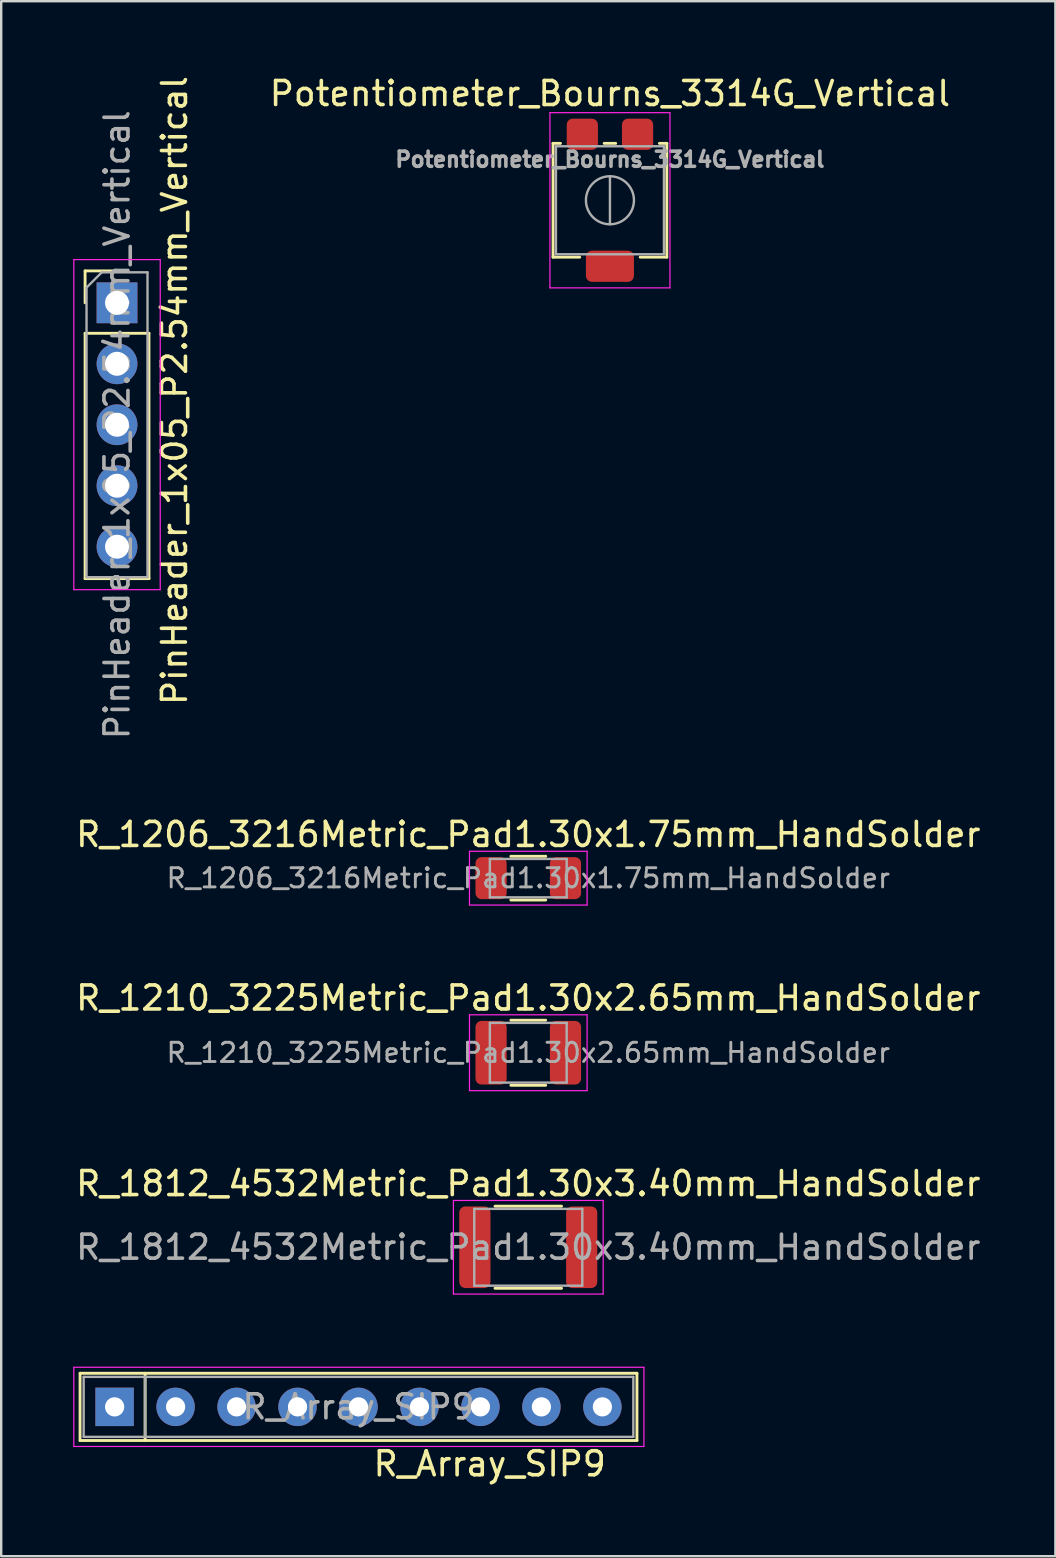
<source format=kicad_pcb>
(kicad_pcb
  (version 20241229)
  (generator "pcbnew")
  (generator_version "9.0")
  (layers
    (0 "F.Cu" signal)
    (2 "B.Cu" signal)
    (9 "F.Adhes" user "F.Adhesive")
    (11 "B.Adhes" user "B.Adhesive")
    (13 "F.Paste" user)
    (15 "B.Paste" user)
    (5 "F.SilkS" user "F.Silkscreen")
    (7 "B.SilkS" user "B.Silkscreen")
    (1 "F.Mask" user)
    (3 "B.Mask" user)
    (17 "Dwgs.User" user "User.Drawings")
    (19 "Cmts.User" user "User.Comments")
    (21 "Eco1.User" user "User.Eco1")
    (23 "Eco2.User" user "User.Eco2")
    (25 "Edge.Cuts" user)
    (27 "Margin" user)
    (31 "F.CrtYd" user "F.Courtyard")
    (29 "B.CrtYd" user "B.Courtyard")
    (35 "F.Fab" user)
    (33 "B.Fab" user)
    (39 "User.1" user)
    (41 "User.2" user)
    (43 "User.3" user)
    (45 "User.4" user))
  (footprint "R_Array_SIP9"
    (layer "F.Cu")
    (at 1.725 55.56)
    (property "Reference" "R_Array_SIP9" (at 15.625 2.373 0) (layer "F.SilkS") (effects (font (size 1 1) (thickness 0.15))))
    (attr through_hole)
    (fp_line (start -1.44 -1.4) (end -1.44 1.4) (stroke (width 0.12) (type solid)) (layer "F.SilkS"))
    (fp_line (start -1.44 1.4) (end 21.76 1.4) (stroke (width 0.12) (type solid)) (layer "F.SilkS"))
    (fp_line (start 1.27 -1.4) (end 1.27 1.4) (stroke (width 0.12) (type solid)) (layer "F.SilkS"))
    (fp_line (start 21.76 -1.4) (end -1.44 -1.4) (stroke (width 0.12) (type solid)) (layer "F.SilkS"))
    (fp_line (start 21.76 1.4) (end 21.76 -1.4) (stroke (width 0.12) (type solid)) (layer "F.SilkS"))
    (fp_line (start -1.7 -1.65) (end -1.7 1.65) (stroke (width 0.05) (type solid)) (layer "F.CrtYd"))
    (fp_line (start -1.7 1.65) (end 22.05 1.65) (stroke (width 0.05) (type solid)) (layer "F.CrtYd"))
    (fp_line (start 22.05 -1.65) (end -1.7 -1.65) (stroke (width 0.05) (type solid)) (layer "F.CrtYd"))
    (fp_line (start 22.05 1.65) (end 22.05 -1.65) (stroke (width 0.05) (type solid)) (layer "F.CrtYd"))
    (fp_line (start -1.29 -1.25) (end -1.29 1.25) (stroke (width 0.1) (type solid)) (layer "F.Fab"))
    (fp_line (start -1.29 1.25) (end 21.61 1.25) (stroke (width 0.1) (type solid)) (layer "F.Fab"))
    (fp_line (start 1.27 -1.25) (end 1.27 1.25) (stroke (width 0.1) (type solid)) (layer "F.Fab"))
    (fp_line (start 21.61 -1.25) (end -1.29 -1.25) (stroke (width 0.1) (type solid)) (layer "F.Fab"))
    (fp_line (start 21.61 1.25) (end 21.61 -1.25) (stroke (width 0.1) (type solid)) (layer "F.Fab"))
    (fp_text user "${REFERENCE}" (at 10.16 0 0) (layer "F.Fab") (effects (font (size 1 1) (thickness 0.15))))
    (pad "1" thru_hole rect (at 0 0) (size 1.6 1.6) (drill 0.8) (layers "*.Cu" "*.Mask"))
    (pad "2" thru_hole oval (at 2.54 0) (size 1.6 1.6) (drill 0.8) (layers "*.Cu" "*.Mask"))
    (pad "3" thru_hole oval (at 5.08 0) (size 1.6 1.6) (drill 0.8) (layers "*.Cu" "*.Mask"))
    (pad "4" thru_hole oval (at 7.62 0) (size 1.6 1.6) (drill 0.8) (layers "*.Cu" "*.Mask"))
    (pad "5" thru_hole oval (at 10.16 0) (size 1.6 1.6) (drill 0.8) (layers "*.Cu" "*.Mask"))
    (pad "6" thru_hole oval (at 12.7 0) (size 1.6 1.6) (drill 0.8) (layers "*.Cu" "*.Mask"))
    (pad "7" thru_hole oval (at 15.24 0) (size 1.6 1.6) (drill 0.8) (layers "*.Cu" "*.Mask"))
    (pad "8" thru_hole oval (at 17.78 0) (size 1.6 1.6) (drill 0.8) (layers "*.Cu" "*.Mask"))
    (pad "9" thru_hole oval (at 20.32 0) (size 1.6 1.6) (drill 0.8) (layers "*.Cu" "*.Mask")))
  (footprint "R_1210_3225Metric_Pad1.30x2.65mm_HandSolder"
    (layer "F.Cu")
    (at 18.958 40.807)
    (property "Reference" "R_1210_3225Metric_Pad1.30x2.65mm_HandSolder" (at 0 -2.28 0) (layer "F.SilkS") (effects (font (size 1 1) (thickness 0.15))))
    (attr smd)
    (fp_line (start 0.724 -1.355) (end -0.724 -1.355) (stroke (width 0.12) (type solid)) (layer "F.SilkS"))
    (fp_line (start 0.724 1.355) (end -0.724 1.355) (stroke (width 0.12) (type solid)) (layer "F.SilkS"))
    (fp_line (start -2.45 -1.58) (end -2.45 1.58) (stroke (width 0.05) (type solid)) (layer "F.CrtYd"))
    (fp_line (start -2.45 1.58) (end 2.45 1.58) (stroke (width 0.05) (type solid)) (layer "F.CrtYd"))
    (fp_line (start 2.45 -1.58) (end -2.45 -1.58) (stroke (width 0.05) (type solid)) (layer "F.CrtYd"))
    (fp_line (start 2.45 1.58) (end 2.45 -1.58) (stroke (width 0.05) (type solid)) (layer "F.CrtYd"))
    (fp_line (start -1.6 -1.245) (end -1.6 1.245) (stroke (width 0.1) (type solid)) (layer "F.Fab"))
    (fp_line (start -1.6 1.245) (end 1.6 1.245) (stroke (width 0.1) (type solid)) (layer "F.Fab"))
    (fp_line (start 1.6 -1.245) (end -1.6 -1.245) (stroke (width 0.1) (type solid)) (layer "F.Fab"))
    (fp_line (start 1.6 1.245) (end 1.6 -1.245) (stroke (width 0.1) (type solid)) (layer "F.Fab"))
    (fp_text user "${REFERENCE}" (at 0 0 0) (layer "F.Fab") (effects (font (size 0.8 0.8) (thickness 0.12))))
    (pad "1" smd roundrect (at -1.55 0 180) (size 1.3 2.65) (layers "F.Cu" "F.Mask" "F.Paste") (roundrect_rratio 0.192))
    (pad "2" smd roundrect (at 1.55 0 180) (size 1.3 2.65) (layers "F.Cu" "F.Mask" "F.Paste") (roundrect_rratio 0.192)))
  (footprint "R_1206_3216Metric_Pad1.30x1.75mm_HandSolder"
    (layer "F.Cu")
    (at 18.958 33.534)
    (property "Reference" "R_1206_3216Metric_Pad1.30x1.75mm_HandSolder" (at 0 -1.82 0) (layer "F.SilkS") (effects (font (size 1 1) (thickness 0.15))))
    (attr smd)
    (fp_line (start 0.727 -0.91) (end -0.727 -0.91) (stroke (width 0.12) (type solid)) (layer "F.SilkS"))
    (fp_line (start 0.727 0.91) (end -0.727 0.91) (stroke (width 0.12) (type solid)) (layer "F.SilkS"))
    (fp_line (start -2.45 -1.12) (end -2.45 1.12) (stroke (width 0.05) (type solid)) (layer "F.CrtYd"))
    (fp_line (start -2.45 1.12) (end 2.45 1.12) (stroke (width 0.05) (type solid)) (layer "F.CrtYd"))
    (fp_line (start 2.45 -1.12) (end -2.45 -1.12) (stroke (width 0.05) (type solid)) (layer "F.CrtYd"))
    (fp_line (start 2.45 1.12) (end 2.45 -1.12) (stroke (width 0.05) (type solid)) (layer "F.CrtYd"))
    (fp_line (start -1.6 -0.8) (end -1.6 0.8) (stroke (width 0.1) (type solid)) (layer "F.Fab"))
    (fp_line (start -1.6 0.8) (end 1.6 0.8) (stroke (width 0.1) (type solid)) (layer "F.Fab"))
    (fp_line (start 1.6 -0.8) (end -1.6 -0.8) (stroke (width 0.1) (type solid)) (layer "F.Fab"))
    (fp_line (start 1.6 0.8) (end 1.6 -0.8) (stroke (width 0.1) (type solid)) (layer "F.Fab"))
    (fp_text user "${REFERENCE}" (at 0 0 0) (layer "F.Fab") (effects (font (size 0.8 0.8) (thickness 0.12))))
    (pad "1" smd roundrect (at -1.55 0 180) (size 1.3 1.75) (layers "F.Cu" "F.Mask" "F.Paste") (roundrect_rratio 0.192))
    (pad "2" smd roundrect (at 1.55 0 180) (size 1.3 1.75) (layers "F.Cu" "F.Mask" "F.Paste") (roundrect_rratio 0.192)))
  (footprint "PinHeader_1x05_P2.54mm_Vertical"
    (layer "F.Cu")
    (at 1.825 9.565)
    (property "Reference" "PinHeader_1x05_P2.54mm_Vertical" (at 2.395 3.655 90) (layer "F.SilkS") (effects (font (size 1 1) (thickness 0.15))))
    (attr through_hole)
    (fp_line (start -1.33 -1.33) (end 0 -1.33) (stroke (width 0.12) (type solid)) (layer "F.SilkS"))
    (fp_line (start -1.33 0) (end -1.33 -1.33) (stroke (width 0.12) (type solid)) (layer "F.SilkS"))
    (fp_line (start -1.33 1.27) (end -1.33 11.49) (stroke (width 0.12) (type solid)) (layer "F.SilkS"))
    (fp_line (start -1.33 1.27) (end 1.33 1.27) (stroke (width 0.12) (type solid)) (layer "F.SilkS"))
    (fp_line (start -1.33 11.49) (end 1.33 11.49) (stroke (width 0.12) (type solid)) (layer "F.SilkS"))
    (fp_line (start 1.33 1.27) (end 1.33 11.49) (stroke (width 0.12) (type solid)) (layer "F.SilkS"))
    (fp_line (start -1.8 -1.8) (end -1.8 11.95) (stroke (width 0.05) (type solid)) (layer "F.CrtYd"))
    (fp_line (start -1.8 11.95) (end 1.8 11.95) (stroke (width 0.05) (type solid)) (layer "F.CrtYd"))
    (fp_line (start 1.8 -1.8) (end -1.8 -1.8) (stroke (width 0.05) (type solid)) (layer "F.CrtYd"))
    (fp_line (start 1.8 11.95) (end 1.8 -1.8) (stroke (width 0.05) (type solid)) (layer "F.CrtYd"))
    (fp_line (start -1.27 -0.635) (end -0.635 -1.27) (stroke (width 0.1) (type solid)) (layer "F.Fab"))
    (fp_line (start -1.27 11.43) (end -1.27 -0.635) (stroke (width 0.1) (type solid)) (layer "F.Fab"))
    (fp_line (start -0.635 -1.27) (end 1.27 -1.27) (stroke (width 0.1) (type solid)) (layer "F.Fab"))
    (fp_line (start 1.27 -1.27) (end 1.27 11.43) (stroke (width 0.1) (type solid)) (layer "F.Fab"))
    (fp_line (start 1.27 11.43) (end -1.27 11.43) (stroke (width 0.1) (type solid)) (layer "F.Fab"))
    (fp_text user "${REFERENCE}" (at 0 5.08 90) (layer "F.Fab") (effects (font (size 1 1) (thickness 0.15))))
    (pad "1" thru_hole rect (at 0 0) (size 1.7 1.7) (drill 1) (layers "*.Cu" "*.Mask"))
    (pad "2" thru_hole oval (at 0 2.54) (size 1.7 1.7) (drill 1) (layers "*.Cu" "*.Mask"))
    (pad "3" thru_hole oval (at 0 5.08) (size 1.7 1.7) (drill 1) (layers "*.Cu" "*.Mask"))
    (pad "4" thru_hole oval (at 0 7.62) (size 1.7 1.7) (drill 1) (layers "*.Cu" "*.Mask"))
    (pad "5" thru_hole oval (at 0 10.16) (size 1.7 1.7) (drill 1) (layers "*.Cu" "*.Mask")))
  (footprint "Potentiometer_Bourns_3314G_Vertical"
    (layer "F.Cu")
    (at 22.36 5.293)
    (property "Reference" "Potentiometer_Bourns_3314G_Vertical" (at 0 -4.445 180) (layer "F.SilkS") (effects (font (size 1 1) (thickness 0.15))))
    (attr smd)
    (fp_line (start -2.37 -2.37) (end -2.37 2.37) (stroke (width 0.12) (type solid)) (layer "F.SilkS"))
    (fp_line (start -2.37 -2.37) (end -2.06 -2.37) (stroke (width 0.12) (type solid)) (layer "F.SilkS"))
    (fp_line (start -2.37 2.37) (end -1.26 2.37) (stroke (width 0.12) (type solid)) (layer "F.SilkS"))
    (fp_line (start -0.24 -2.37) (end 0.24 -2.37) (stroke (width 0.12) (type solid)) (layer "F.SilkS"))
    (fp_line (start 1.26 2.37) (end 2.37 2.37) (stroke (width 0.12) (type solid)) (layer "F.SilkS"))
    (fp_line (start 2.06 -2.37) (end 2.37 -2.37) (stroke (width 0.12) (type solid)) (layer "F.SilkS"))
    (fp_line (start 2.37 -2.37) (end 2.37 2.37) (stroke (width 0.12) (type solid)) (layer "F.SilkS"))
    (fp_line (start -2.5 -3.65) (end -2.5 3.65) (stroke (width 0.05) (type solid)) (layer "F.CrtYd"))
    (fp_line (start -2.5 3.65) (end 2.5 3.65) (stroke (width 0.05) (type solid)) (layer "F.CrtYd"))
    (fp_line (start 2.5 -3.65) (end -2.5 -3.65) (stroke (width 0.05) (type solid)) (layer "F.CrtYd"))
    (fp_line (start 2.5 3.65) (end 2.5 -3.65) (stroke (width 0.05) (type solid)) (layer "F.CrtYd"))
    (fp_line (start -2.25 -2.25) (end -2.25 2.25) (stroke (width 0.1) (type solid)) (layer "F.Fab"))
    (fp_line (start -2.25 2.25) (end 2.25 2.25) (stroke (width 0.1) (type solid)) (layer "F.Fab"))
    (fp_line (start 0 1) (end 0 -1) (stroke (width 0.1) (type solid)) (layer "F.Fab"))
    (fp_line (start 2.25 -2.25) (end -2.25 -2.25) (stroke (width 0.1) (type solid)) (layer "F.Fab"))
    (fp_line (start 2.25 2.25) (end 2.25 -2.25) (stroke (width 0.1) (type solid)) (layer "F.Fab"))
    (fp_circle (center 0 0) (end 1 0) (stroke (width 0.1) (type solid)) (fill no) (layer "F.Fab"))
    (fp_text user "${REFERENCE}" (at 0 -1.7 180) (layer "F.Fab") (effects (font (size 0.63 0.63) (thickness 0.15))))
    (pad "1" smd roundrect (at -1.15 -2.75) (size 1.3 1.3) (layers "F.Cu" "F.Mask" "F.Paste") (roundrect_rratio 0.192))
    (pad "2" smd roundrect (at 0 2.75) (size 2 1.3) (layers "F.Cu" "F.Mask" "F.Paste") (roundrect_rratio 0.192))
    (pad "3" smd roundrect (at 1.15 -2.75) (size 1.3 1.3) (layers "F.Cu" "F.Mask" "F.Paste") (roundrect_rratio 0.192)))
  (footprint "R_1812_4532Metric_Pad1.30x3.40mm_HandSolder"
    (layer "F.Cu")
    (at 18.958 48.91)
    (property "Reference" "R_1812_4532Metric_Pad1.30x3.40mm_HandSolder" (at 0 -2.65 0) (layer "F.SilkS") (effects (font (size 1 1) (thickness 0.15))))
    (attr smd)
    (fp_line (start -1.386 -1.71) (end 1.386 -1.71) (stroke (width 0.12) (type solid)) (layer "F.SilkS"))
    (fp_line (start -1.386 1.71) (end 1.386 1.71) (stroke (width 0.12) (type solid)) (layer "F.SilkS"))
    (fp_line (start -3.12 -1.95) (end 3.12 -1.95) (stroke (width 0.05) (type solid)) (layer "F.CrtYd"))
    (fp_line (start -3.12 1.95) (end -3.12 -1.95) (stroke (width 0.05) (type solid)) (layer "F.CrtYd"))
    (fp_line (start 3.12 -1.95) (end 3.12 1.95) (stroke (width 0.05) (type solid)) (layer "F.CrtYd"))
    (fp_line (start 3.12 1.95) (end -3.12 1.95) (stroke (width 0.05) (type solid)) (layer "F.CrtYd"))
    (fp_line (start -2.25 -1.6) (end 2.25 -1.6) (stroke (width 0.1) (type solid)) (layer "F.Fab"))
    (fp_line (start -2.25 1.6) (end -2.25 -1.6) (stroke (width 0.1) (type solid)) (layer "F.Fab"))
    (fp_line (start 2.25 -1.6) (end 2.25 1.6) (stroke (width 0.1) (type solid)) (layer "F.Fab"))
    (fp_line (start 2.25 1.6) (end -2.25 1.6) (stroke (width 0.1) (type solid)) (layer "F.Fab"))
    (fp_text user "${REFERENCE}" (at 0 0 0) (layer "F.Fab") (effects (font (size 1 1) (thickness 0.15))))
    (pad "1" smd roundrect (at -2.225 0) (size 1.3 3.4) (layers "F.Cu" "F.Mask" "F.Paste") (roundrect_rratio 0.192))
    (pad "2" smd roundrect (at 2.225 0) (size 1.3 3.4) (layers "F.Cu" "F.Mask" "F.Paste") (roundrect_rratio 0.192)))
  (gr_rect
    (start -3 -3)
    (end 40.917 61.781)
    (stroke (width 0.1) (type default))
    (fill no)
    (layer "Edge.Cuts")))
</source>
